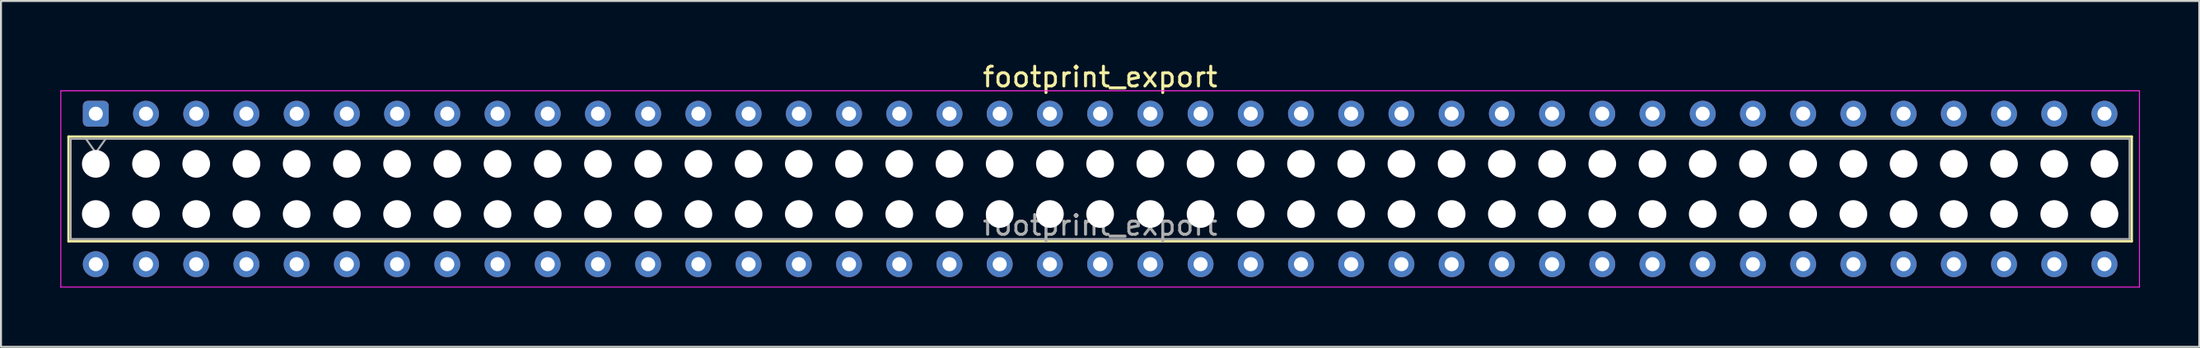
<source format=kicad_pcb>
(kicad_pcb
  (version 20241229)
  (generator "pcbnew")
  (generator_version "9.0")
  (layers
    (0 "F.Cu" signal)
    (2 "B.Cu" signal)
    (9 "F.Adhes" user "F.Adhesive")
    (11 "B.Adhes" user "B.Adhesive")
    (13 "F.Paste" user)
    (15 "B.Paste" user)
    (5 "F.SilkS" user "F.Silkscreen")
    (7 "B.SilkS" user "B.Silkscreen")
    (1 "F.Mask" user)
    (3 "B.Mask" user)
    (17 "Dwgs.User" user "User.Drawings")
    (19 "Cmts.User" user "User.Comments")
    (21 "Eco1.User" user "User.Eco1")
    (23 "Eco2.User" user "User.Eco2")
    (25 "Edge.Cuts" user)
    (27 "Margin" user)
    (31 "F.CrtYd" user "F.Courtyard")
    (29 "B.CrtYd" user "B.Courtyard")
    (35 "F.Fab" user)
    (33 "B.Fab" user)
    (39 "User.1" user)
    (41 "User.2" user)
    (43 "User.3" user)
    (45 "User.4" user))
  (footprint "footprint_export"
    (layer "F.Cu")
    (at 1.795 2.708)
    (property "Reference" "footprint_export" (at 50.8 -1.86 0) (layer "F.SilkS") (effects (font (size 1 1) (thickness 0.15))))
    (attr through_hole)
    (fp_line (start -1.38 1.16) (end 102.98 1.16) (stroke (width 0.12) (type solid)) (layer "F.SilkS"))
    (fp_line (start -1.38 6.46) (end -1.38 1.16) (stroke (width 0.12) (type solid)) (layer "F.SilkS"))
    (fp_line (start 102.98 1.16) (end 102.98 6.46) (stroke (width 0.12) (type solid)) (layer "F.SilkS"))
    (fp_line (start 102.98 6.46) (end -1.38 6.46) (stroke (width 0.12) (type solid)) (layer "F.SilkS"))
    (fp_line (start -1.77 -1.16) (end 103.37 -1.16) (stroke (width 0.05) (type solid)) (layer "F.CrtYd"))
    (fp_line (start -1.77 8.78) (end -1.77 -1.16) (stroke (width 0.05) (type solid)) (layer "F.CrtYd"))
    (fp_line (start 103.37 -1.16) (end 103.37 8.78) (stroke (width 0.05) (type solid)) (layer "F.CrtYd"))
    (fp_line (start 103.37 8.78) (end -1.77 8.78) (stroke (width 0.05) (type solid)) (layer "F.CrtYd"))
    (fp_line (start -1.27 1.27) (end 102.87 1.27) (stroke (width 0.1) (type solid)) (layer "F.Fab"))
    (fp_line (start -1.27 6.35) (end -1.27 1.27) (stroke (width 0.1) (type solid)) (layer "F.Fab"))
    (fp_line (start -0.5 1.27) (end 0 1.977) (stroke (width 0.1) (type solid)) (layer "F.Fab"))
    (fp_line (start 0 1.977) (end 0.5 1.27) (stroke (width 0.1) (type solid)) (layer "F.Fab"))
    (fp_line (start 102.87 1.27) (end 102.87 6.35) (stroke (width 0.1) (type solid)) (layer "F.Fab"))
    (fp_line (start 102.87 6.35) (end -1.27 6.35) (stroke (width 0.1) (type solid)) (layer "F.Fab"))
    (fp_text user "${REFERENCE}" (at 50.8 5.65 0) (layer "F.Fab") (effects (font (size 1 1) (thickness 0.15))))
    (pad "" np_thru_hole circle (at 0 2.54) (size 1.4 1.4) (drill 1.4) (layers "*.Cu" "*.Mask"))
    (pad "" np_thru_hole circle (at 0 5.08) (size 1.4 1.4) (drill 1.4) (layers "*.Cu" "*.Mask"))
    (pad "" np_thru_hole circle (at 2.54 2.54) (size 1.4 1.4) (drill 1.4) (layers "*.Cu" "*.Mask"))
    (pad "" np_thru_hole circle (at 2.54 5.08) (size 1.4 1.4) (drill 1.4) (layers "*.Cu" "*.Mask"))
    (pad "" np_thru_hole circle (at 5.08 2.54) (size 1.4 1.4) (drill 1.4) (layers "*.Cu" "*.Mask"))
    (pad "" np_thru_hole circle (at 5.08 5.08) (size 1.4 1.4) (drill 1.4) (layers "*.Cu" "*.Mask"))
    (pad "" np_thru_hole circle (at 7.62 2.54) (size 1.4 1.4) (drill 1.4) (layers "*.Cu" "*.Mask"))
    (pad "" np_thru_hole circle (at 7.62 5.08) (size 1.4 1.4) (drill 1.4) (layers "*.Cu" "*.Mask"))
    (pad "" np_thru_hole circle (at 10.16 2.54) (size 1.4 1.4) (drill 1.4) (layers "*.Cu" "*.Mask"))
    (pad "" np_thru_hole circle (at 10.16 5.08) (size 1.4 1.4) (drill 1.4) (layers "*.Cu" "*.Mask"))
    (pad "" np_thru_hole circle (at 12.7 2.54) (size 1.4 1.4) (drill 1.4) (layers "*.Cu" "*.Mask"))
    (pad "" np_thru_hole circle (at 12.7 5.08) (size 1.4 1.4) (drill 1.4) (layers "*.Cu" "*.Mask"))
    (pad "" np_thru_hole circle (at 15.24 2.54) (size 1.4 1.4) (drill 1.4) (layers "*.Cu" "*.Mask"))
    (pad "" np_thru_hole circle (at 15.24 5.08) (size 1.4 1.4) (drill 1.4) (layers "*.Cu" "*.Mask"))
    (pad "" np_thru_hole circle (at 17.78 2.54) (size 1.4 1.4) (drill 1.4) (layers "*.Cu" "*.Mask"))
    (pad "" np_thru_hole circle (at 17.78 5.08) (size 1.4 1.4) (drill 1.4) (layers "*.Cu" "*.Mask"))
    (pad "" np_thru_hole circle (at 20.32 2.54) (size 1.4 1.4) (drill 1.4) (layers "*.Cu" "*.Mask"))
    (pad "" np_thru_hole circle (at 20.32 5.08) (size 1.4 1.4) (drill 1.4) (layers "*.Cu" "*.Mask"))
    (pad "" np_thru_hole circle (at 22.86 2.54) (size 1.4 1.4) (drill 1.4) (layers "*.Cu" "*.Mask"))
    (pad "" np_thru_hole circle (at 22.86 5.08) (size 1.4 1.4) (drill 1.4) (layers "*.Cu" "*.Mask"))
    (pad "" np_thru_hole circle (at 25.4 2.54) (size 1.4 1.4) (drill 1.4) (layers "*.Cu" "*.Mask"))
    (pad "" np_thru_hole circle (at 25.4 5.08) (size 1.4 1.4) (drill 1.4) (layers "*.Cu" "*.Mask"))
    (pad "" np_thru_hole circle (at 27.94 2.54) (size 1.4 1.4) (drill 1.4) (layers "*.Cu" "*.Mask"))
    (pad "" np_thru_hole circle (at 27.94 5.08) (size 1.4 1.4) (drill 1.4) (layers "*.Cu" "*.Mask"))
    (pad "" np_thru_hole circle (at 30.48 2.54) (size 1.4 1.4) (drill 1.4) (layers "*.Cu" "*.Mask"))
    (pad "" np_thru_hole circle (at 30.48 5.08) (size 1.4 1.4) (drill 1.4) (layers "*.Cu" "*.Mask"))
    (pad "" np_thru_hole circle (at 33.02 2.54) (size 1.4 1.4) (drill 1.4) (layers "*.Cu" "*.Mask"))
    (pad "" np_thru_hole circle (at 33.02 5.08) (size 1.4 1.4) (drill 1.4) (layers "*.Cu" "*.Mask"))
    (pad "" np_thru_hole circle (at 35.56 2.54) (size 1.4 1.4) (drill 1.4) (layers "*.Cu" "*.Mask"))
    (pad "" np_thru_hole circle (at 35.56 5.08) (size 1.4 1.4) (drill 1.4) (layers "*.Cu" "*.Mask"))
    (pad "" np_thru_hole circle (at 38.1 2.54) (size 1.4 1.4) (drill 1.4) (layers "*.Cu" "*.Mask"))
    (pad "" np_thru_hole circle (at 38.1 5.08) (size 1.4 1.4) (drill 1.4) (layers "*.Cu" "*.Mask"))
    (pad "" np_thru_hole circle (at 40.64 2.54) (size 1.4 1.4) (drill 1.4) (layers "*.Cu" "*.Mask"))
    (pad "" np_thru_hole circle (at 40.64 5.08) (size 1.4 1.4) (drill 1.4) (layers "*.Cu" "*.Mask"))
    (pad "" np_thru_hole circle (at 43.18 2.54) (size 1.4 1.4) (drill 1.4) (layers "*.Cu" "*.Mask"))
    (pad "" np_thru_hole circle (at 43.18 5.08) (size 1.4 1.4) (drill 1.4) (layers "*.Cu" "*.Mask"))
    (pad "" np_thru_hole circle (at 45.72 2.54) (size 1.4 1.4) (drill 1.4) (layers "*.Cu" "*.Mask"))
    (pad "" np_thru_hole circle (at 45.72 5.08) (size 1.4 1.4) (drill 1.4) (layers "*.Cu" "*.Mask"))
    (pad "" np_thru_hole circle (at 48.26 2.54) (size 1.4 1.4) (drill 1.4) (layers "*.Cu" "*.Mask"))
    (pad "" np_thru_hole circle (at 48.26 5.08) (size 1.4 1.4) (drill 1.4) (layers "*.Cu" "*.Mask"))
    (pad "" np_thru_hole circle (at 50.8 2.54) (size 1.4 1.4) (drill 1.4) (layers "*.Cu" "*.Mask"))
    (pad "" np_thru_hole circle (at 50.8 5.08) (size 1.4 1.4) (drill 1.4) (layers "*.Cu" "*.Mask"))
    (pad "" np_thru_hole circle (at 53.34 2.54) (size 1.4 1.4) (drill 1.4) (layers "*.Cu" "*.Mask"))
    (pad "" np_thru_hole circle (at 53.34 5.08) (size 1.4 1.4) (drill 1.4) (layers "*.Cu" "*.Mask"))
    (pad "" np_thru_hole circle (at 55.88 2.54) (size 1.4 1.4) (drill 1.4) (layers "*.Cu" "*.Mask"))
    (pad "" np_thru_hole circle (at 55.88 5.08) (size 1.4 1.4) (drill 1.4) (layers "*.Cu" "*.Mask"))
    (pad "" np_thru_hole circle (at 58.42 2.54) (size 1.4 1.4) (drill 1.4) (layers "*.Cu" "*.Mask"))
    (pad "" np_thru_hole circle (at 58.42 5.08) (size 1.4 1.4) (drill 1.4) (layers "*.Cu" "*.Mask"))
    (pad "" np_thru_hole circle (at 60.96 2.54) (size 1.4 1.4) (drill 1.4) (layers "*.Cu" "*.Mask"))
    (pad "" np_thru_hole circle (at 60.96 5.08) (size 1.4 1.4) (drill 1.4) (layers "*.Cu" "*.Mask"))
    (pad "" np_thru_hole circle (at 63.5 2.54) (size 1.4 1.4) (drill 1.4) (layers "*.Cu" "*.Mask"))
    (pad "" np_thru_hole circle (at 63.5 5.08) (size 1.4 1.4) (drill 1.4) (layers "*.Cu" "*.Mask"))
    (pad "" np_thru_hole circle (at 66.04 2.54) (size 1.4 1.4) (drill 1.4) (layers "*.Cu" "*.Mask"))
    (pad "" np_thru_hole circle (at 66.04 5.08) (size 1.4 1.4) (drill 1.4) (layers "*.Cu" "*.Mask"))
    (pad "" np_thru_hole circle (at 68.58 2.54) (size 1.4 1.4) (drill 1.4) (layers "*.Cu" "*.Mask"))
    (pad "" np_thru_hole circle (at 68.58 5.08) (size 1.4 1.4) (drill 1.4) (layers "*.Cu" "*.Mask"))
    (pad "" np_thru_hole circle (at 71.12 2.54) (size 1.4 1.4) (drill 1.4) (layers "*.Cu" "*.Mask"))
    (pad "" np_thru_hole circle (at 71.12 5.08) (size 1.4 1.4) (drill 1.4) (layers "*.Cu" "*.Mask"))
    (pad "" np_thru_hole circle (at 73.66 2.54) (size 1.4 1.4) (drill 1.4) (layers "*.Cu" "*.Mask"))
    (pad "" np_thru_hole circle (at 73.66 5.08) (size 1.4 1.4) (drill 1.4) (layers "*.Cu" "*.Mask"))
    (pad "" np_thru_hole circle (at 76.2 2.54) (size 1.4 1.4) (drill 1.4) (layers "*.Cu" "*.Mask"))
    (pad "" np_thru_hole circle (at 76.2 5.08) (size 1.4 1.4) (drill 1.4) (layers "*.Cu" "*.Mask"))
    (pad "" np_thru_hole circle (at 78.74 2.54) (size 1.4 1.4) (drill 1.4) (layers "*.Cu" "*.Mask"))
    (pad "" np_thru_hole circle (at 78.74 5.08) (size 1.4 1.4) (drill 1.4) (layers "*.Cu" "*.Mask"))
    (pad "" np_thru_hole circle (at 81.28 2.54) (size 1.4 1.4) (drill 1.4) (layers "*.Cu" "*.Mask"))
    (pad "" np_thru_hole circle (at 81.28 5.08) (size 1.4 1.4) (drill 1.4) (layers "*.Cu" "*.Mask"))
    (pad "" np_thru_hole circle (at 83.82 2.54) (size 1.4 1.4) (drill 1.4) (layers "*.Cu" "*.Mask"))
    (pad "" np_thru_hole circle (at 83.82 5.08) (size 1.4 1.4) (drill 1.4) (layers "*.Cu" "*.Mask"))
    (pad "" np_thru_hole circle (at 86.36 2.54) (size 1.4 1.4) (drill 1.4) (layers "*.Cu" "*.Mask"))
    (pad "" np_thru_hole circle (at 86.36 5.08) (size 1.4 1.4) (drill 1.4) (layers "*.Cu" "*.Mask"))
    (pad "" np_thru_hole circle (at 88.9 2.54) (size 1.4 1.4) (drill 1.4) (layers "*.Cu" "*.Mask"))
    (pad "" np_thru_hole circle (at 88.9 5.08) (size 1.4 1.4) (drill 1.4) (layers "*.Cu" "*.Mask"))
    (pad "" np_thru_hole circle (at 91.44 2.54) (size 1.4 1.4) (drill 1.4) (layers "*.Cu" "*.Mask"))
    (pad "" np_thru_hole circle (at 91.44 5.08) (size 1.4 1.4) (drill 1.4) (layers "*.Cu" "*.Mask"))
    (pad "" np_thru_hole circle (at 93.98 2.54) (size 1.4 1.4) (drill 1.4) (layers "*.Cu" "*.Mask"))
    (pad "" np_thru_hole circle (at 93.98 5.08) (size 1.4 1.4) (drill 1.4) (layers "*.Cu" "*.Mask"))
    (pad "" np_thru_hole circle (at 96.52 2.54) (size 1.4 1.4) (drill 1.4) (layers "*.Cu" "*.Mask"))
    (pad "" np_thru_hole circle (at 96.52 5.08) (size 1.4 1.4) (drill 1.4) (layers "*.Cu" "*.Mask"))
    (pad "" np_thru_hole circle (at 99.06 2.54) (size 1.4 1.4) (drill 1.4) (layers "*.Cu" "*.Mask"))
    (pad "" np_thru_hole circle (at 99.06 5.08) (size 1.4 1.4) (drill 1.4) (layers "*.Cu" "*.Mask"))
    (pad "" np_thru_hole circle (at 101.6 2.54) (size 1.4 1.4) (drill 1.4) (layers "*.Cu" "*.Mask"))
    (pad "" np_thru_hole circle (at 101.6 5.08) (size 1.4 1.4) (drill 1.4) (layers "*.Cu" "*.Mask"))
    (pad "1" thru_hole roundrect (at 0 0) (size 1.31 1.31) (drill 0.71) (layers "*.Cu" "*.Mask") (roundrect_rratio 0.191))
    (pad "2" thru_hole circle (at 0 7.62) (size 1.31 1.31) (drill 0.71) (layers "*.Cu" "*.Mask"))
    (pad "3" thru_hole circle (at 2.54 0) (size 1.31 1.31) (drill 0.71) (layers "*.Cu" "*.Mask"))
    (pad "4" thru_hole circle (at 2.54 7.62) (size 1.31 1.31) (drill 0.71) (layers "*.Cu" "*.Mask"))
    (pad "5" thru_hole circle (at 5.08 0) (size 1.31 1.31) (drill 0.71) (layers "*.Cu" "*.Mask"))
    (pad "6" thru_hole circle (at 5.08 7.62) (size 1.31 1.31) (drill 0.71) (layers "*.Cu" "*.Mask"))
    (pad "7" thru_hole circle (at 7.62 0) (size 1.31 1.31) (drill 0.71) (layers "*.Cu" "*.Mask"))
    (pad "8" thru_hole circle (at 7.62 7.62) (size 1.31 1.31) (drill 0.71) (layers "*.Cu" "*.Mask"))
    (pad "9" thru_hole circle (at 10.16 0) (size 1.31 1.31) (drill 0.71) (layers "*.Cu" "*.Mask"))
    (pad "10" thru_hole circle (at 10.16 7.62) (size 1.31 1.31) (drill 0.71) (layers "*.Cu" "*.Mask"))
    (pad "11" thru_hole circle (at 12.7 0) (size 1.31 1.31) (drill 0.71) (layers "*.Cu" "*.Mask"))
    (pad "12" thru_hole circle (at 12.7 7.62) (size 1.31 1.31) (drill 0.71) (layers "*.Cu" "*.Mask"))
    (pad "13" thru_hole circle (at 15.24 0) (size 1.31 1.31) (drill 0.71) (layers "*.Cu" "*.Mask"))
    (pad "14" thru_hole circle (at 15.24 7.62) (size 1.31 1.31) (drill 0.71) (layers "*.Cu" "*.Mask"))
    (pad "15" thru_hole circle (at 17.78 0) (size 1.31 1.31) (drill 0.71) (layers "*.Cu" "*.Mask"))
    (pad "16" thru_hole circle (at 17.78 7.62) (size 1.31 1.31) (drill 0.71) (layers "*.Cu" "*.Mask"))
    (pad "17" thru_hole circle (at 20.32 0) (size 1.31 1.31) (drill 0.71) (layers "*.Cu" "*.Mask"))
    (pad "18" thru_hole circle (at 20.32 7.62) (size 1.31 1.31) (drill 0.71) (layers "*.Cu" "*.Mask"))
    (pad "19" thru_hole circle (at 22.86 0) (size 1.31 1.31) (drill 0.71) (layers "*.Cu" "*.Mask"))
    (pad "20" thru_hole circle (at 22.86 7.62) (size 1.31 1.31) (drill 0.71) (layers "*.Cu" "*.Mask"))
    (pad "21" thru_hole circle (at 25.4 0) (size 1.31 1.31) (drill 0.71) (layers "*.Cu" "*.Mask"))
    (pad "22" thru_hole circle (at 25.4 7.62) (size 1.31 1.31) (drill 0.71) (layers "*.Cu" "*.Mask"))
    (pad "23" thru_hole circle (at 27.94 0) (size 1.31 1.31) (drill 0.71) (layers "*.Cu" "*.Mask"))
    (pad "24" thru_hole circle (at 27.94 7.62) (size 1.31 1.31) (drill 0.71) (layers "*.Cu" "*.Mask"))
    (pad "25" thru_hole circle (at 30.48 0) (size 1.31 1.31) (drill 0.71) (layers "*.Cu" "*.Mask"))
    (pad "26" thru_hole circle (at 30.48 7.62) (size 1.31 1.31) (drill 0.71) (layers "*.Cu" "*.Mask"))
    (pad "27" thru_hole circle (at 33.02 0) (size 1.31 1.31) (drill 0.71) (layers "*.Cu" "*.Mask"))
    (pad "28" thru_hole circle (at 33.02 7.62) (size 1.31 1.31) (drill 0.71) (layers "*.Cu" "*.Mask"))
    (pad "29" thru_hole circle (at 35.56 0) (size 1.31 1.31) (drill 0.71) (layers "*.Cu" "*.Mask"))
    (pad "30" thru_hole circle (at 35.56 7.62) (size 1.31 1.31) (drill 0.71) (layers "*.Cu" "*.Mask"))
    (pad "31" thru_hole circle (at 38.1 0) (size 1.31 1.31) (drill 0.71) (layers "*.Cu" "*.Mask"))
    (pad "32" thru_hole circle (at 38.1 7.62) (size 1.31 1.31) (drill 0.71) (layers "*.Cu" "*.Mask"))
    (pad "33" thru_hole circle (at 40.64 0) (size 1.31 1.31) (drill 0.71) (layers "*.Cu" "*.Mask"))
    (pad "34" thru_hole circle (at 40.64 7.62) (size 1.31 1.31) (drill 0.71) (layers "*.Cu" "*.Mask"))
    (pad "35" thru_hole circle (at 43.18 0) (size 1.31 1.31) (drill 0.71) (layers "*.Cu" "*.Mask"))
    (pad "36" thru_hole circle (at 43.18 7.62) (size 1.31 1.31) (drill 0.71) (layers "*.Cu" "*.Mask"))
    (pad "37" thru_hole circle (at 45.72 0) (size 1.31 1.31) (drill 0.71) (layers "*.Cu" "*.Mask"))
    (pad "38" thru_hole circle (at 45.72 7.62) (size 1.31 1.31) (drill 0.71) (layers "*.Cu" "*.Mask"))
    (pad "39" thru_hole circle (at 48.26 0) (size 1.31 1.31) (drill 0.71) (layers "*.Cu" "*.Mask"))
    (pad "40" thru_hole circle (at 48.26 7.62) (size 1.31 1.31) (drill 0.71) (layers "*.Cu" "*.Mask"))
    (pad "41" thru_hole circle (at 50.8 0) (size 1.31 1.31) (drill 0.71) (layers "*.Cu" "*.Mask"))
    (pad "42" thru_hole circle (at 50.8 7.62) (size 1.31 1.31) (drill 0.71) (layers "*.Cu" "*.Mask"))
    (pad "43" thru_hole circle (at 53.34 0) (size 1.31 1.31) (drill 0.71) (layers "*.Cu" "*.Mask"))
    (pad "44" thru_hole circle (at 53.34 7.62) (size 1.31 1.31) (drill 0.71) (layers "*.Cu" "*.Mask"))
    (pad "45" thru_hole circle (at 55.88 0) (size 1.31 1.31) (drill 0.71) (layers "*.Cu" "*.Mask"))
    (pad "46" thru_hole circle (at 55.88 7.62) (size 1.31 1.31) (drill 0.71) (layers "*.Cu" "*.Mask"))
    (pad "47" thru_hole circle (at 58.42 0) (size 1.31 1.31) (drill 0.71) (layers "*.Cu" "*.Mask"))
    (pad "48" thru_hole circle (at 58.42 7.62) (size 1.31 1.31) (drill 0.71) (layers "*.Cu" "*.Mask"))
    (pad "49" thru_hole circle (at 60.96 0) (size 1.31 1.31) (drill 0.71) (layers "*.Cu" "*.Mask"))
    (pad "50" thru_hole circle (at 60.96 7.62) (size 1.31 1.31) (drill 0.71) (layers "*.Cu" "*.Mask"))
    (pad "51" thru_hole circle (at 63.5 0) (size 1.31 1.31) (drill 0.71) (layers "*.Cu" "*.Mask"))
    (pad "52" thru_hole circle (at 63.5 7.62) (size 1.31 1.31) (drill 0.71) (layers "*.Cu" "*.Mask"))
    (pad "53" thru_hole circle (at 66.04 0) (size 1.31 1.31) (drill 0.71) (layers "*.Cu" "*.Mask"))
    (pad "54" thru_hole circle (at 66.04 7.62) (size 1.31 1.31) (drill 0.71) (layers "*.Cu" "*.Mask"))
    (pad "55" thru_hole circle (at 68.58 0) (size 1.31 1.31) (drill 0.71) (layers "*.Cu" "*.Mask"))
    (pad "56" thru_hole circle (at 68.58 7.62) (size 1.31 1.31) (drill 0.71) (layers "*.Cu" "*.Mask"))
    (pad "57" thru_hole circle (at 71.12 0) (size 1.31 1.31) (drill 0.71) (layers "*.Cu" "*.Mask"))
    (pad "58" thru_hole circle (at 71.12 7.62) (size 1.31 1.31) (drill 0.71) (layers "*.Cu" "*.Mask"))
    (pad "59" thru_hole circle (at 73.66 0) (size 1.31 1.31) (drill 0.71) (layers "*.Cu" "*.Mask"))
    (pad "60" thru_hole circle (at 73.66 7.62) (size 1.31 1.31) (drill 0.71) (layers "*.Cu" "*.Mask"))
    (pad "61" thru_hole circle (at 76.2 0) (size 1.31 1.31) (drill 0.71) (layers "*.Cu" "*.Mask"))
    (pad "62" thru_hole circle (at 76.2 7.62) (size 1.31 1.31) (drill 0.71) (layers "*.Cu" "*.Mask"))
    (pad "63" thru_hole circle (at 78.74 0) (size 1.31 1.31) (drill 0.71) (layers "*.Cu" "*.Mask"))
    (pad "64" thru_hole circle (at 78.74 7.62) (size 1.31 1.31) (drill 0.71) (layers "*.Cu" "*.Mask"))
    (pad "65" thru_hole circle (at 81.28 0) (size 1.31 1.31) (drill 0.71) (layers "*.Cu" "*.Mask"))
    (pad "66" thru_hole circle (at 81.28 7.62) (size 1.31 1.31) (drill 0.71) (layers "*.Cu" "*.Mask"))
    (pad "67" thru_hole circle (at 83.82 0) (size 1.31 1.31) (drill 0.71) (layers "*.Cu" "*.Mask"))
    (pad "68" thru_hole circle (at 83.82 7.62) (size 1.31 1.31) (drill 0.71) (layers "*.Cu" "*.Mask"))
    (pad "69" thru_hole circle (at 86.36 0) (size 1.31 1.31) (drill 0.71) (layers "*.Cu" "*.Mask"))
    (pad "70" thru_hole circle (at 86.36 7.62) (size 1.31 1.31) (drill 0.71) (layers "*.Cu" "*.Mask"))
    (pad "71" thru_hole circle (at 88.9 0) (size 1.31 1.31) (drill 0.71) (layers "*.Cu" "*.Mask"))
    (pad "72" thru_hole circle (at 88.9 7.62) (size 1.31 1.31) (drill 0.71) (layers "*.Cu" "*.Mask"))
    (pad "73" thru_hole circle (at 91.44 0) (size 1.31 1.31) (drill 0.71) (layers "*.Cu" "*.Mask"))
    (pad "74" thru_hole circle (at 91.44 7.62) (size 1.31 1.31) (drill 0.71) (layers "*.Cu" "*.Mask"))
    (pad "75" thru_hole circle (at 93.98 0) (size 1.31 1.31) (drill 0.71) (layers "*.Cu" "*.Mask"))
    (pad "76" thru_hole circle (at 93.98 7.62) (size 1.31 1.31) (drill 0.71) (layers "*.Cu" "*.Mask"))
    (pad "77" thru_hole circle (at 96.52 0) (size 1.31 1.31) (drill 0.71) (layers "*.Cu" "*.Mask"))
    (pad "78" thru_hole circle (at 96.52 7.62) (size 1.31 1.31) (drill 0.71) (layers "*.Cu" "*.Mask"))
    (pad "79" thru_hole circle (at 99.06 0) (size 1.31 1.31) (drill 0.71) (layers "*.Cu" "*.Mask"))
    (pad "80" thru_hole circle (at 99.06 7.62) (size 1.31 1.31) (drill 0.71) (layers "*.Cu" "*.Mask"))
    (pad "81" thru_hole circle (at 101.6 0) (size 1.31 1.31) (drill 0.71) (layers "*.Cu" "*.Mask"))
    (pad "82" thru_hole circle (at 101.6 7.62) (size 1.31 1.31) (drill 0.71) (layers "*.Cu" "*.Mask")))
  (gr_rect
    (start -3 -3)
    (end 108.19 14.513)
    (stroke (width 0.1) (type default))
    (fill no)
    (layer "Edge.Cuts")))
</source>
